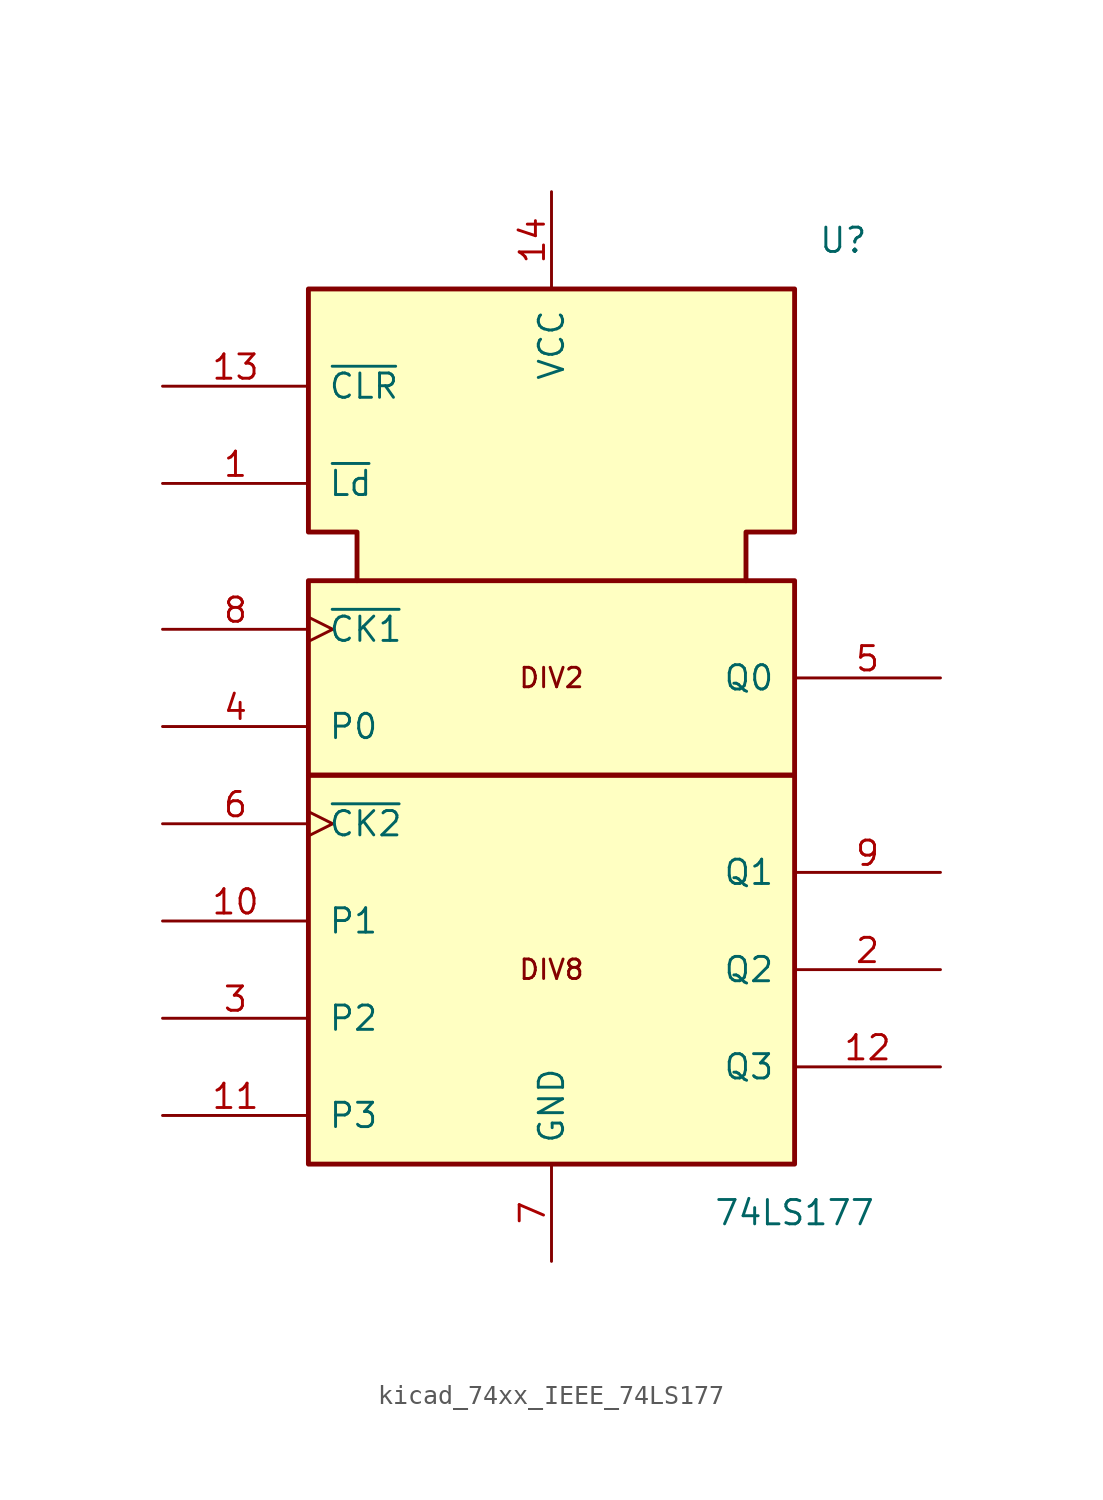
<source format=kicad_sym>
(kicad_symbol_lib
  (version 20220914)
  (generator kicad_symbol_editor)
  (symbol "kicad_74xx_IEEE_74LS177"
    (pin_names
      (offset 1.016))
    (property "Reference" "U"
      (at 15.24 17.78 0)
      (effects (font (size 1.27 1.27))))
    (property "Value" "74LS177"
      (at 12.7 -33.02 0)
      (effects (font (size 1.27 1.27))))
    (symbol "kicad_74xx_IEEE_74LS177_0_0"
      (rectangle (start -12.7 -10.16) (end 12.7 -30.48) (stroke (width 0.254) (type default)) (fill (type background)))
      (rectangle (start -12.7 0) (end 12.7 -10.16) (stroke (width 0.254) (type default)) (fill (type background)))
      (polyline (pts (xy -10.16 0) (xy -10.16 2.54) (xy -12.7 2.54) (xy -12.7 15.24) (xy 12.7 15.24) (xy 12.7 2.54) (xy 10.16 2.54) (xy 10.16 0) (xy 10.16 0)) (stroke (width 0.254) (type default)) (fill (type background)))
      (text "DIV2" (at 0 -5.08 0) (effects (font (size 1.016 1.016))))
      (text "DIV8" (at 0 -20.32 0) (effects (font (size 1.016 1.016))))
      (pin power_in line (at 0 20.32 270) (length 5.08) (name "VCC" (effects (font (size 1.27 1.27)))) (number "14" (effects (font (size 1.27 1.27)))))
      (pin power_in line (at 0 -35.56 90) (length 5.08) (name "GND" (effects (font (size 1.27 1.27)))) (number "7" (effects (font (size 1.27 1.27))))))
    (symbol "kicad_74xx_IEEE_74LS177_1_1"
      (pin input line (at -20.32 5.08 0) (length 7.62) (name "~{Ld}" (effects (font (size 1.27 1.27)))) (number "1" (effects (font (size 1.27 1.27)))))
      (pin input line (at -20.32 -17.78 0) (length 7.62) (name "P1" (effects (font (size 1.27 1.27)))) (number "10" (effects (font (size 1.27 1.27)))))
      (pin input line (at -20.32 -27.94 0) (length 7.62) (name "P3" (effects (font (size 1.27 1.27)))) (number "11" (effects (font (size 1.27 1.27)))))
      (pin output line (at 20.32 -25.4 180) (length 7.62) (name "Q3" (effects (font (size 1.27 1.27)))) (number "12" (effects (font (size 1.27 1.27)))))
      (pin input line (at -20.32 10.16 0) (length 7.62) (name "~{CLR}" (effects (font (size 1.27 1.27)))) (number "13" (effects (font (size 1.27 1.27)))))
      (pin output line (at 20.32 -20.32 180) (length 7.62) (name "Q2" (effects (font (size 1.27 1.27)))) (number "2" (effects (font (size 1.27 1.27)))))
      (pin input line (at -20.32 -22.86 0) (length 7.62) (name "P2" (effects (font (size 1.27 1.27)))) (number "3" (effects (font (size 1.27 1.27)))))
      (pin input line (at -20.32 -7.62 0) (length 7.62) (name "P0" (effects (font (size 1.27 1.27)))) (number "4" (effects (font (size 1.27 1.27)))))
      (pin output line (at 20.32 -5.08 180) (length 7.62) (name "Q0" (effects (font (size 1.27 1.27)))) (number "5" (effects (font (size 1.27 1.27)))))
      (pin input clock (at -20.32 -12.7 0) (length 7.62) (name "~{CK2}" (effects (font (size 1.27 1.27)))) (number "6" (effects (font (size 1.27 1.27)))))
      (pin input clock (at -20.32 -2.54 0) (length 7.62) (name "~{CK1}" (effects (font (size 1.27 1.27)))) (number "8" (effects (font (size 1.27 1.27)))))
      (pin output line (at 20.32 -15.24 180) (length 7.62) (name "Q1" (effects (font (size 1.27 1.27)))) (number "9" (effects (font (size 1.27 1.27))))))))
</source>
